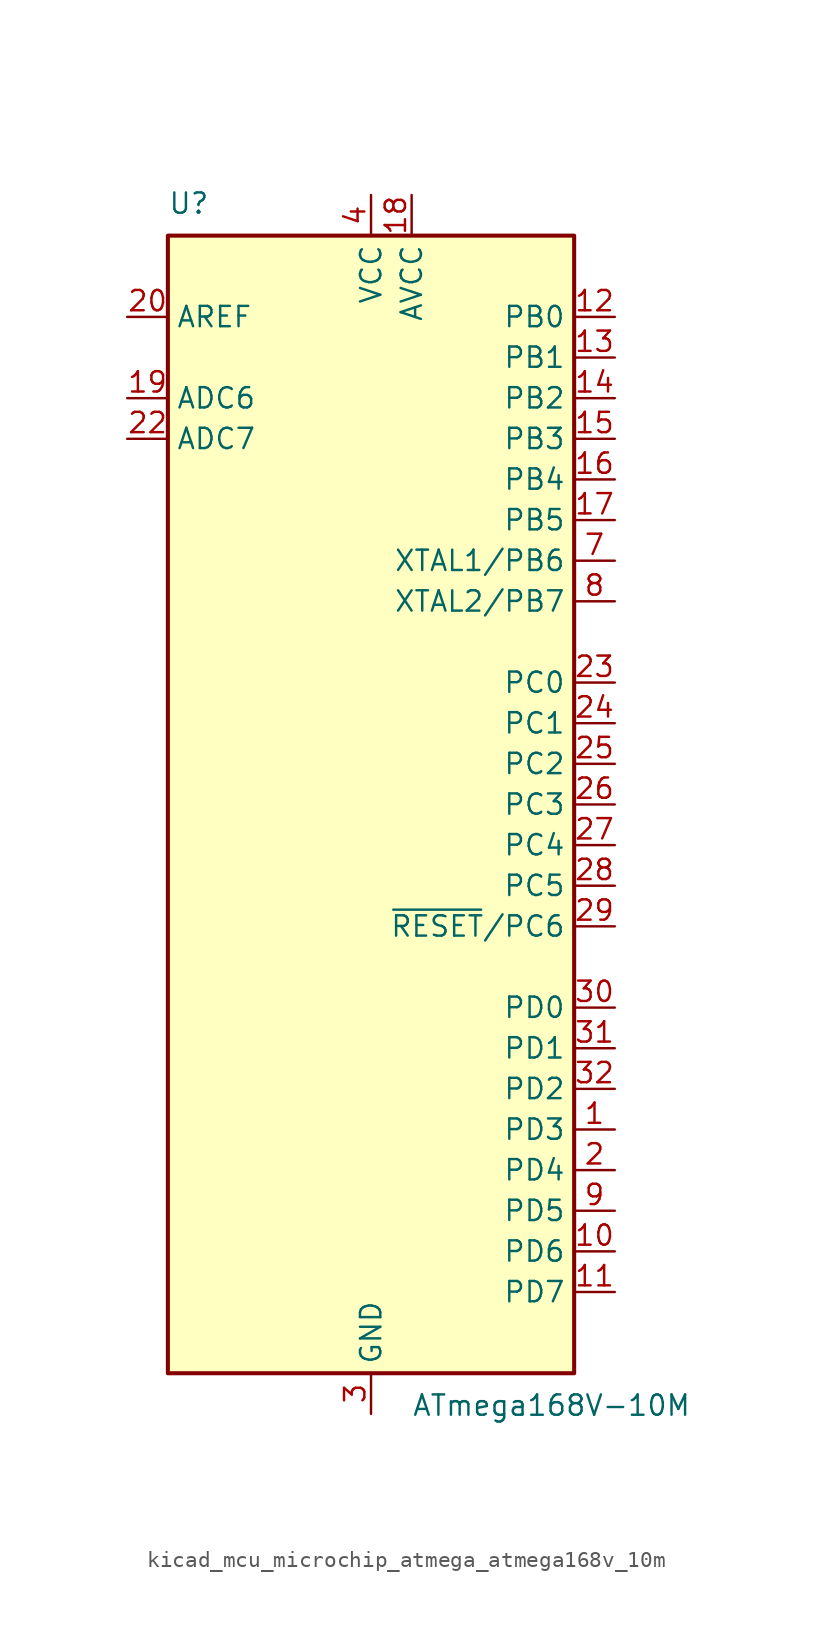
<source format=kicad_sym>
(kicad_symbol_lib
  (version 20220914)
  (generator kicad_symbol_editor)
  (symbol "kicad_mcu_microchip_atmega_atmega168v_10m"
    (property "Reference" "U"
      (at -12.7 36.83 0)
      (effects (font (size 1.27 1.27)) (justify left bottom)))
    (property "Value" "ATmega168V-10M"
      (at 2.54 -36.83 0)
      (effects (font (size 1.27 1.27)) (justify left top)))
    (symbol "kicad_mcu_microchip_atmega_atmega168v_10m_0_1"
      (rectangle (start -12.7 -35.56) (end 12.7 35.56) (stroke (width 0.254) (type default)) (fill (type background))))
    (symbol "kicad_mcu_microchip_atmega_atmega168v_10m_1_1"
      (pin bidirectional line (at 15.24 -20.32 180) (length 2.54) (name "PD3" (effects (font (size 1.27 1.27)))) (number "1" (effects (font (size 1.27 1.27)))))
      (pin bidirectional line (at 15.24 -27.94 180) (length 2.54) (name "PD6" (effects (font (size 1.27 1.27)))) (number "10" (effects (font (size 1.27 1.27)))))
      (pin bidirectional line (at 15.24 -30.48 180) (length 2.54) (name "PD7" (effects (font (size 1.27 1.27)))) (number "11" (effects (font (size 1.27 1.27)))))
      (pin bidirectional line (at 15.24 30.48 180) (length 2.54) (name "PB0" (effects (font (size 1.27 1.27)))) (number "12" (effects (font (size 1.27 1.27)))))
      (pin bidirectional line (at 15.24 27.94 180) (length 2.54) (name "PB1" (effects (font (size 1.27 1.27)))) (number "13" (effects (font (size 1.27 1.27)))))
      (pin bidirectional line (at 15.24 25.4 180) (length 2.54) (name "PB2" (effects (font (size 1.27 1.27)))) (number "14" (effects (font (size 1.27 1.27)))))
      (pin bidirectional line (at 15.24 22.86 180) (length 2.54) (name "PB3" (effects (font (size 1.27 1.27)))) (number "15" (effects (font (size 1.27 1.27)))))
      (pin bidirectional line (at 15.24 20.32 180) (length 2.54) (name "PB4" (effects (font (size 1.27 1.27)))) (number "16" (effects (font (size 1.27 1.27)))))
      (pin bidirectional line (at 15.24 17.78 180) (length 2.54) (name "PB5" (effects (font (size 1.27 1.27)))) (number "17" (effects (font (size 1.27 1.27)))))
      (pin power_in line (at 2.54 38.1 270) (length 2.54) (name "AVCC" (effects (font (size 1.27 1.27)))) (number "18" (effects (font (size 1.27 1.27)))))
      (pin input line (at -15.24 25.4 0) (length 2.54) (name "ADC6" (effects (font (size 1.27 1.27)))) (number "19" (effects (font (size 1.27 1.27)))))
      (pin bidirectional line (at 15.24 -22.86 180) (length 2.54) (name "PD4" (effects (font (size 1.27 1.27)))) (number "2" (effects (font (size 1.27 1.27)))))
      (pin passive line (at -15.24 30.48 0) (length 2.54) (name "AREF" (effects (font (size 1.27 1.27)))) (number "20" (effects (font (size 1.27 1.27)))))
      (pin passive line (at 0 -38.1 90) (length 2.54) hide (name "GND" (effects (font (size 1.27 1.27)))) (number "21" (effects (font (size 1.27 1.27)))))
      (pin input line (at -15.24 22.86 0) (length 2.54) (name "ADC7" (effects (font (size 1.27 1.27)))) (number "22" (effects (font (size 1.27 1.27)))))
      (pin bidirectional line (at 15.24 7.62 180) (length 2.54) (name "PC0" (effects (font (size 1.27 1.27)))) (number "23" (effects (font (size 1.27 1.27)))))
      (pin bidirectional line (at 15.24 5.08 180) (length 2.54) (name "PC1" (effects (font (size 1.27 1.27)))) (number "24" (effects (font (size 1.27 1.27)))))
      (pin bidirectional line (at 15.24 2.54 180) (length 2.54) (name "PC2" (effects (font (size 1.27 1.27)))) (number "25" (effects (font (size 1.27 1.27)))))
      (pin bidirectional line (at 15.24 0 180) (length 2.54) (name "PC3" (effects (font (size 1.27 1.27)))) (number "26" (effects (font (size 1.27 1.27)))))
      (pin bidirectional line (at 15.24 -2.54 180) (length 2.54) (name "PC4" (effects (font (size 1.27 1.27)))) (number "27" (effects (font (size 1.27 1.27)))))
      (pin bidirectional line (at 15.24 -5.08 180) (length 2.54) (name "PC5" (effects (font (size 1.27 1.27)))) (number "28" (effects (font (size 1.27 1.27)))))
      (pin bidirectional line (at 15.24 -7.62 180) (length 2.54) (name "~{RESET}/PC6" (effects (font (size 1.27 1.27)))) (number "29" (effects (font (size 1.27 1.27)))))
      (pin power_in line (at 0 -38.1 90) (length 2.54) (name "GND" (effects (font (size 1.27 1.27)))) (number "3" (effects (font (size 1.27 1.27)))))
      (pin bidirectional line (at 15.24 -12.7 180) (length 2.54) (name "PD0" (effects (font (size 1.27 1.27)))) (number "30" (effects (font (size 1.27 1.27)))))
      (pin bidirectional line (at 15.24 -15.24 180) (length 2.54) (name "PD1" (effects (font (size 1.27 1.27)))) (number "31" (effects (font (size 1.27 1.27)))))
      (pin bidirectional line (at 15.24 -17.78 180) (length 2.54) (name "PD2" (effects (font (size 1.27 1.27)))) (number "32" (effects (font (size 1.27 1.27)))))
      (pin passive line (at 0 -38.1 90) (length 2.54) hide (name "GND" (effects (font (size 1.27 1.27)))) (number "33" (effects (font (size 1.27 1.27)))))
      (pin power_in line (at 0 38.1 270) (length 2.54) (name "VCC" (effects (font (size 1.27 1.27)))) (number "4" (effects (font (size 1.27 1.27)))))
      (pin passive line (at 0 -38.1 90) (length 2.54) hide (name "GND" (effects (font (size 1.27 1.27)))) (number "5" (effects (font (size 1.27 1.27)))))
      (pin passive line (at 0 38.1 270) (length 2.54) hide (name "VCC" (effects (font (size 1.27 1.27)))) (number "6" (effects (font (size 1.27 1.27)))))
      (pin bidirectional line (at 15.24 15.24 180) (length 2.54) (name "XTAL1/PB6" (effects (font (size 1.27 1.27)))) (number "7" (effects (font (size 1.27 1.27)))))
      (pin bidirectional line (at 15.24 12.7 180) (length 2.54) (name "XTAL2/PB7" (effects (font (size 1.27 1.27)))) (number "8" (effects (font (size 1.27 1.27)))))
      (pin bidirectional line (at 15.24 -25.4 180) (length 2.54) (name "PD5" (effects (font (size 1.27 1.27)))) (number "9" (effects (font (size 1.27 1.27))))))))
</source>
